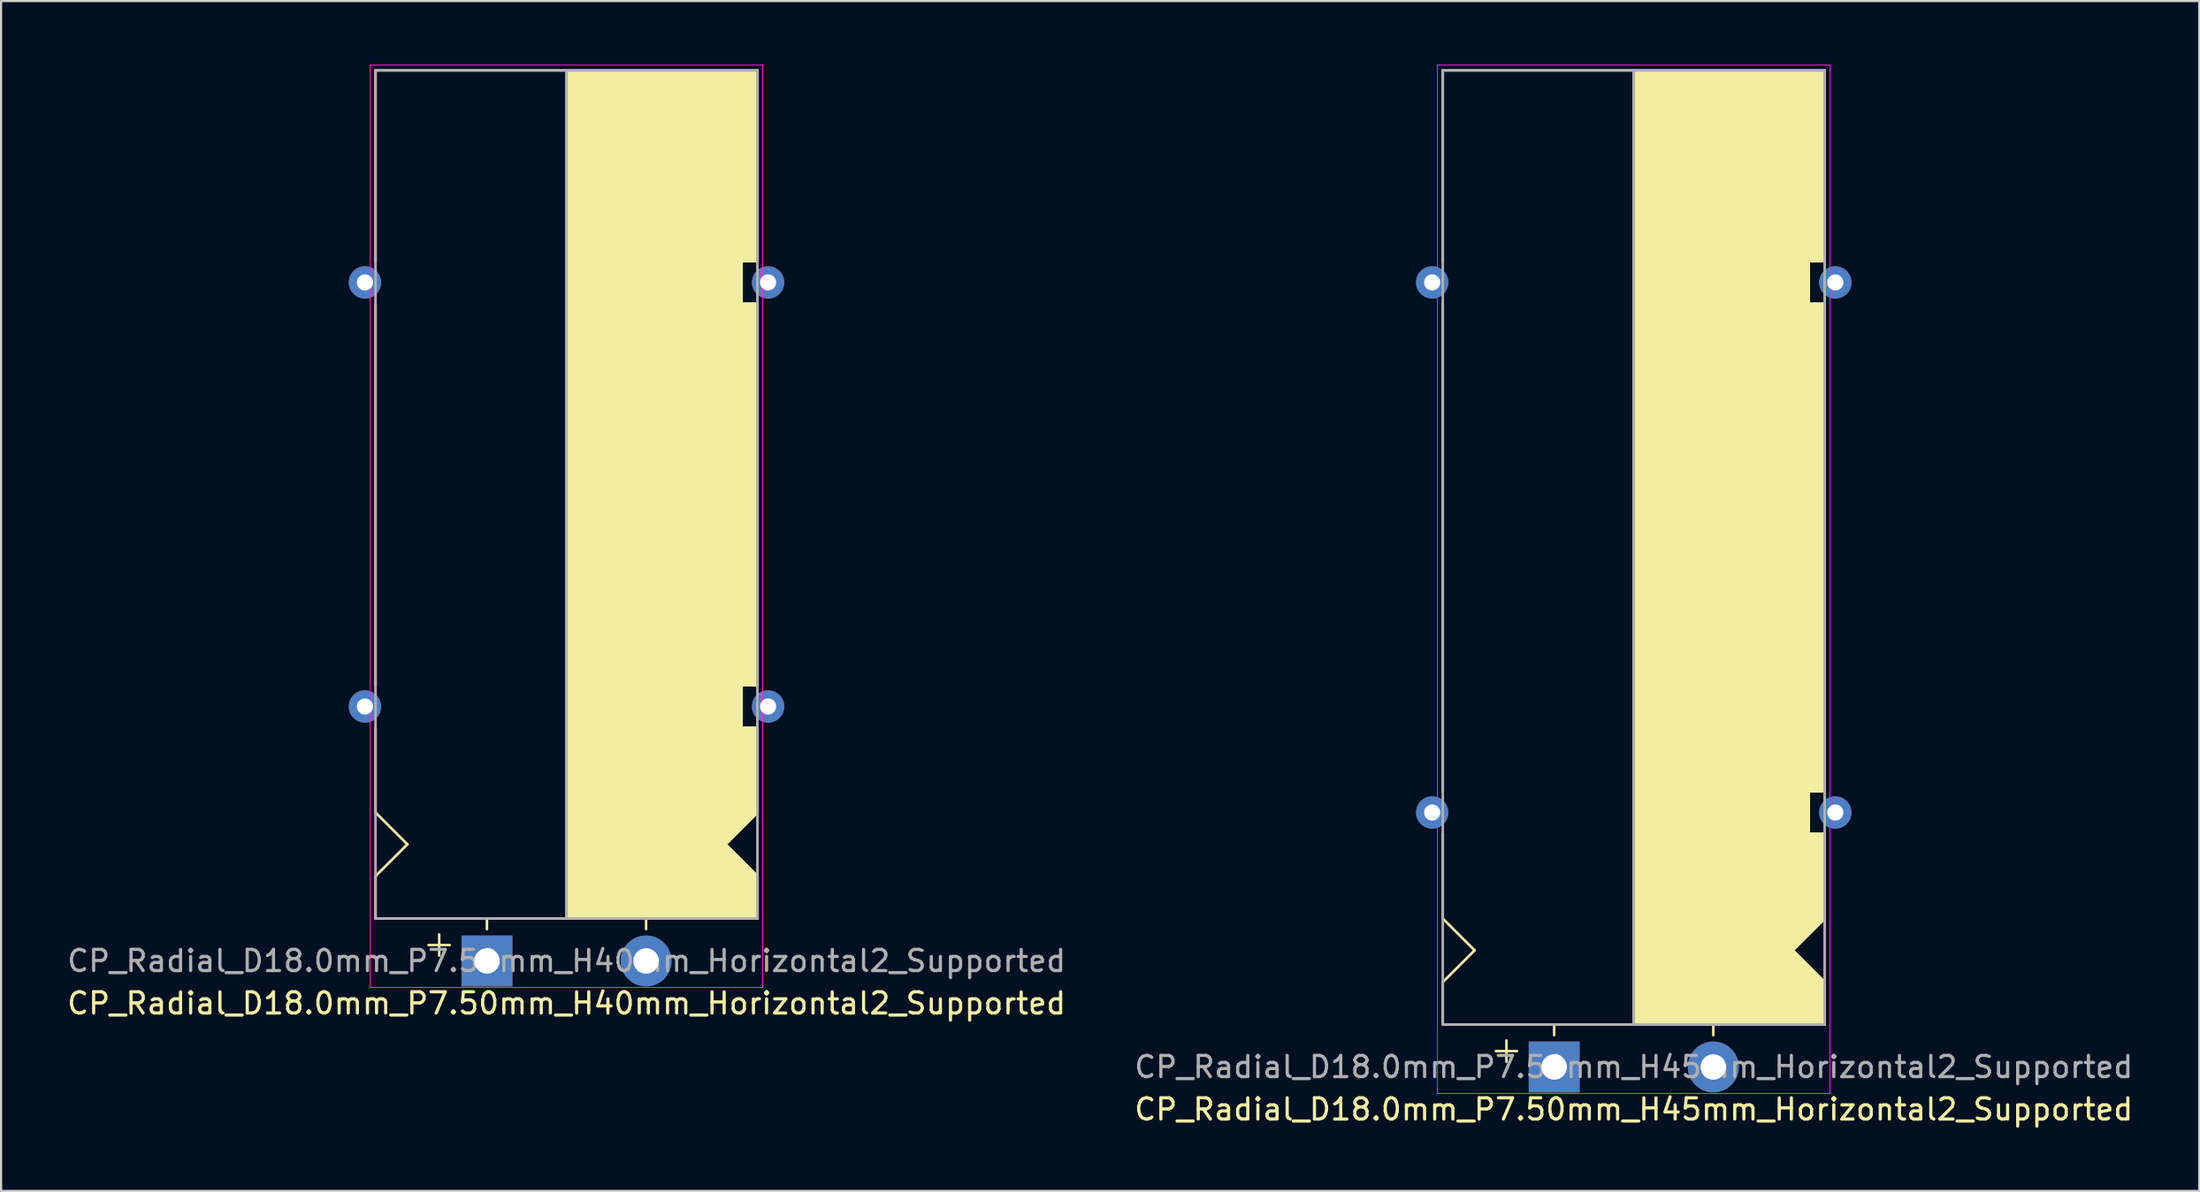
<source format=kicad_pcb>
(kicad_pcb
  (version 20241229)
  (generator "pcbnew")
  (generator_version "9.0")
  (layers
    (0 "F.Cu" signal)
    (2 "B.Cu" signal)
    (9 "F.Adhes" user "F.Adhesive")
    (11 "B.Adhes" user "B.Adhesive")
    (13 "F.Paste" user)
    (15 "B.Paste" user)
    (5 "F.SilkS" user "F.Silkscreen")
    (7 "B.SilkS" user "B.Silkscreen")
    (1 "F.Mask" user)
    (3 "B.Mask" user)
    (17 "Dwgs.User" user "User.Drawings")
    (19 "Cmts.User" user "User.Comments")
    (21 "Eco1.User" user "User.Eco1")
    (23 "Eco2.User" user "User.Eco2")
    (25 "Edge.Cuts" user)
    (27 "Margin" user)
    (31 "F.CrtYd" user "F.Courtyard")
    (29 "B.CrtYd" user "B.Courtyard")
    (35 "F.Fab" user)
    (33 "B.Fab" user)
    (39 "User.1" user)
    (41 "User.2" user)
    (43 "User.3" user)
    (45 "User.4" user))
  (footprint "CP_Radial_D18.0mm_P7.50mm_H45mm_Horizontal2_Supported"
    (layer "F.Cu")
    (at 70.196 47.27)
    (property "Reference" "CP_Radial_D18.0mm_P7.50mm_H45mm_Horizontal2_Supported" (at 3.75 2 0) (layer "F.SilkS") (effects (font (size 1 1) (thickness 0.15))))
    (attr through_hole)
    (fp_line (start -5.25 -47) (end 12.75 -47) (stroke (width 0.12) (type solid)) (layer "F.SilkS"))
    (fp_line (start -5.25 -38) (end -5.25 -47) (stroke (width 0.12) (type solid)) (layer "F.SilkS"))
    (fp_line (start -5.25 -13) (end -5.25 -36) (stroke (width 0.12) (type solid)) (layer "F.SilkS"))
    (fp_line (start -5.25 -11) (end -5.25 -7) (stroke (width 0.12) (type solid)) (layer "F.SilkS"))
    (fp_line (start -5.25 -7) (end -3.75 -5.5) (stroke (width 0.12) (type solid)) (layer "F.SilkS"))
    (fp_line (start -5.25 -4) (end -3.75 -5.5) (stroke (width 0.12) (type solid)) (layer "F.SilkS"))
    (fp_line (start -5.25 -2) (end -5.25 -4) (stroke (width 0.12) (type solid)) (layer "F.SilkS"))
    (fp_line (start -5.25 -2) (end 12.75 -2) (stroke (width 0.12) (type solid)) (layer "F.SilkS"))
    (fp_line (start -2.25 -1.25) (end -2.25 -0.25) (stroke (width 0.12) (type solid)) (layer "F.SilkS"))
    (fp_line (start -1.75 -0.75) (end -2.75 -0.75) (stroke (width 0.12) (type solid)) (layer "F.SilkS"))
    (fp_line (start 0 -1.5) (end 0 -2) (stroke (width 0.12) (type solid)) (layer "F.SilkS"))
    (fp_line (start 3.75 -2) (end 3.75 -47) (stroke (width 0.12) (type solid)) (layer "F.SilkS"))
    (fp_line (start 7.5 -1.5) (end 7.5 -2) (stroke (width 0.12) (type solid)) (layer "F.SilkS"))
    (fp_line (start 12 -38) (end 12.75 -38) (stroke (width 0.12) (type solid)) (layer "F.SilkS"))
    (fp_line (start 12 -36) (end 12 -38) (stroke (width 0.12) (type solid)) (layer "F.SilkS"))
    (fp_line (start 12 -13) (end 12.75 -13) (stroke (width 0.12) (type solid)) (layer "F.SilkS"))
    (fp_line (start 12 -11) (end 12 -13) (stroke (width 0.12) (type solid)) (layer "F.SilkS"))
    (fp_line (start 12.25 -11) (end 12 -11) (stroke (width 0.12) (type solid)) (layer "F.SilkS"))
    (fp_line (start 12.75 -38) (end 12.75 -47) (stroke (width 0.12) (type solid)) (layer "F.SilkS"))
    (fp_line (start 12.75 -36) (end 12 -36) (stroke (width 0.12) (type solid)) (layer "F.SilkS"))
    (fp_line (start 12.75 -13) (end 12.75 -36) (stroke (width 0.12) (type solid)) (layer "F.SilkS"))
    (fp_line (start 12.75 -11) (end 12.25 -11) (stroke (width 0.12) (type solid)) (layer "F.SilkS"))
    (fp_line (start 12.75 -11) (end 12.75 -7) (stroke (width 0.12) (type solid)) (layer "F.SilkS"))
    (fp_line (start 12.75 -7) (end 11.25 -5.5) (stroke (width 0.12) (type solid)) (layer "F.SilkS"))
    (fp_line (start 12.75 -4) (end 11.25 -5.5) (stroke (width 0.12) (type solid)) (layer "F.SilkS"))
    (fp_line (start 12.75 -2) (end 12.75 -4) (stroke (width 0.12) (type solid)) (layer "F.SilkS"))
    (fp_poly (pts (xy 12.75 -4) (xy 11.25 -5.5) (xy 12.75 -7) (xy 12.75 -11) (xy 12 -11) (xy 12 -13) (xy 12.75 -13) (xy 12.75 -36) (xy 12 -36) (xy 12 -38) (xy 12.75 -38) (xy 12.75 -47) (xy 3.75 -47) (xy 3.75 -2) (xy 12.75 -2)) (stroke (width 0.1) (type solid)) (fill yes) (layer "F.SilkS"))
    (fp_line (start -5.5 -47.25) (end 13 -47.25) (stroke (width 0.04) (type solid)) (layer "F.CrtYd"))
    (fp_line (start -5.5 1.25) (end -5.5 -47.25) (stroke (width 0.04) (type solid)) (layer "F.CrtYd"))
    (fp_line (start 13 -47.25) (end 13 1.25) (stroke (width 0.04) (type solid)) (layer "F.CrtYd"))
    (fp_line (start 13 1.25) (end -5.5 1.25) (stroke (width 0.04) (type solid)) (layer "F.CrtYd"))
    (fp_line (start -5.25 -47) (end 12.75 -47) (stroke (width 0.12) (type solid)) (layer "F.Fab"))
    (fp_line (start -5.25 -2) (end -5.25 -47) (stroke (width 0.12) (type solid)) (layer "F.Fab"))
    (fp_line (start 3.75 -2) (end 3.75 -47) (stroke (width 0.12) (type solid)) (layer "F.Fab"))
    (fp_line (start 12.75 -47) (end 12.75 -2) (stroke (width 0.12) (type solid)) (layer "F.Fab"))
    (fp_line (start 12.75 -2) (end -5.25 -2) (stroke (width 0.12) (type solid)) (layer "F.Fab"))
    (fp_poly (pts (xy 12.75 -47) (xy 3.75 -47) (xy 3.75 -2) (xy 12.75 -2)) (stroke (width 0.1) (type solid)) (fill no) (layer "F.Fab"))
    (fp_text user "${REFERENCE}" (at 3.75 0 0) (layer "F.Fab") (effects (font (size 1 1) (thickness 0.15))))
    (pad "" thru_hole circle (at -5.75 -37 180) (size 1.524 1.524) (drill 0.762) (layers "*.Cu" "*.Mask"))
    (pad "" thru_hole circle (at -5.75 -12 180) (size 1.524 1.524) (drill 0.762) (layers "*.Cu" "*.Mask"))
    (pad "" thru_hole circle (at 13.25 -37 180) (size 1.524 1.524) (drill 0.762) (layers "*.Cu" "*.Mask"))
    (pad "" thru_hole circle (at 13.25 -12 180) (size 1.524 1.524) (drill 0.762) (layers "*.Cu" "*.Mask"))
    (pad "1" thru_hole rect (at 0 0) (size 2.4 2.4) (drill 1.2) (layers "*.Cu" "*.Mask"))
    (pad "2" thru_hole circle (at 7.5 0) (size 2.4 2.4) (drill 1.2) (layers "*.Cu" "*.Mask")))
  (footprint "CP_Radial_D18.0mm_P7.50mm_H40mm_Horizontal2_Supported"
    (layer "F.Cu")
    (at 19.899 42.27)
    (property "Reference" "CP_Radial_D18.0mm_P7.50mm_H40mm_Horizontal2_Supported" (at 3.75 2 0) (layer "F.SilkS") (effects (font (size 1 1) (thickness 0.15))))
    (attr through_hole)
    (fp_line (start -5.25 -42) (end 12.75 -42) (stroke (width 0.12) (type solid)) (layer "F.SilkS"))
    (fp_line (start -5.25 -33) (end -5.25 -42) (stroke (width 0.12) (type solid)) (layer "F.SilkS"))
    (fp_line (start -5.25 -13) (end -5.25 -31) (stroke (width 0.12) (type solid)) (layer "F.SilkS"))
    (fp_line (start -5.25 -11) (end -5.25 -7) (stroke (width 0.12) (type solid)) (layer "F.SilkS"))
    (fp_line (start -5.25 -7) (end -3.75 -5.5) (stroke (width 0.12) (type solid)) (layer "F.SilkS"))
    (fp_line (start -5.25 -4) (end -3.75 -5.5) (stroke (width 0.12) (type solid)) (layer "F.SilkS"))
    (fp_line (start -5.25 -2) (end -5.25 -4) (stroke (width 0.12) (type solid)) (layer "F.SilkS"))
    (fp_line (start -5.25 -2) (end 12.75 -2) (stroke (width 0.12) (type solid)) (layer "F.SilkS"))
    (fp_line (start -2.25 -1.25) (end -2.25 -0.25) (stroke (width 0.12) (type solid)) (layer "F.SilkS"))
    (fp_line (start -1.75 -0.75) (end -2.75 -0.75) (stroke (width 0.12) (type solid)) (layer "F.SilkS"))
    (fp_line (start 0 -1.5) (end 0 -2) (stroke (width 0.12) (type solid)) (layer "F.SilkS"))
    (fp_line (start 3.75 -2) (end 3.75 -42) (stroke (width 0.12) (type solid)) (layer "F.SilkS"))
    (fp_line (start 7.5 -1.5) (end 7.5 -2) (stroke (width 0.12) (type solid)) (layer "F.SilkS"))
    (fp_line (start 12 -33) (end 12.75 -33) (stroke (width 0.12) (type solid)) (layer "F.SilkS"))
    (fp_line (start 12 -31) (end 12 -33) (stroke (width 0.12) (type solid)) (layer "F.SilkS"))
    (fp_line (start 12 -13) (end 12.75 -13) (stroke (width 0.12) (type solid)) (layer "F.SilkS"))
    (fp_line (start 12 -11) (end 12 -13) (stroke (width 0.12) (type solid)) (layer "F.SilkS"))
    (fp_line (start 12.25 -11) (end 12 -11) (stroke (width 0.12) (type solid)) (layer "F.SilkS"))
    (fp_line (start 12.75 -33) (end 12.75 -42) (stroke (width 0.12) (type solid)) (layer "F.SilkS"))
    (fp_line (start 12.75 -31) (end 12 -31) (stroke (width 0.12) (type solid)) (layer "F.SilkS"))
    (fp_line (start 12.75 -13) (end 12.75 -31) (stroke (width 0.12) (type solid)) (layer "F.SilkS"))
    (fp_line (start 12.75 -11) (end 12.25 -11) (stroke (width 0.12) (type solid)) (layer "F.SilkS"))
    (fp_line (start 12.75 -11) (end 12.75 -7) (stroke (width 0.12) (type solid)) (layer "F.SilkS"))
    (fp_line (start 12.75 -7) (end 11.25 -5.5) (stroke (width 0.12) (type solid)) (layer "F.SilkS"))
    (fp_line (start 12.75 -4) (end 11.25 -5.5) (stroke (width 0.12) (type solid)) (layer "F.SilkS"))
    (fp_line (start 12.75 -2) (end 12.75 -4) (stroke (width 0.12) (type solid)) (layer "F.SilkS"))
    (fp_poly (pts (xy 12.75 -4) (xy 11.25 -5.5) (xy 12.75 -7) (xy 12.75 -11) (xy 12 -11) (xy 12 -13) (xy 12.75 -13) (xy 12.75 -31) (xy 12 -31) (xy 12 -33) (xy 12.75 -33) (xy 12.75 -42) (xy 3.75 -42) (xy 3.75 -2) (xy 12.75 -2)) (stroke (width 0.1) (type solid)) (fill yes) (layer "F.SilkS"))
    (fp_line (start -5.5 -42.25) (end 13 -42.25) (stroke (width 0.04) (type solid)) (layer "F.CrtYd"))
    (fp_line (start -5.5 1.25) (end -5.5 -42.25) (stroke (width 0.04) (type solid)) (layer "F.CrtYd"))
    (fp_line (start 13 -42.25) (end 13 1.25) (stroke (width 0.04) (type solid)) (layer "F.CrtYd"))
    (fp_line (start 13 1.25) (end -5.5 1.25) (stroke (width 0.04) (type solid)) (layer "F.CrtYd"))
    (fp_line (start -5.25 -42) (end 12.75 -42) (stroke (width 0.12) (type solid)) (layer "F.Fab"))
    (fp_line (start -5.25 -2) (end -5.25 -42) (stroke (width 0.12) (type solid)) (layer "F.Fab"))
    (fp_line (start 3.75 -2) (end 3.75 -42) (stroke (width 0.12) (type solid)) (layer "F.Fab"))
    (fp_line (start 12.75 -42) (end 12.75 -2) (stroke (width 0.12) (type solid)) (layer "F.Fab"))
    (fp_line (start 12.75 -2) (end -5.25 -2) (stroke (width 0.12) (type solid)) (layer "F.Fab"))
    (fp_poly (pts (xy 12.75 -42) (xy 3.75 -42) (xy 3.75 -2) (xy 12.75 -2)) (stroke (width 0.1) (type solid)) (fill no) (layer "F.Fab"))
    (fp_text user "${REFERENCE}" (at 3.75 0 0) (layer "F.Fab") (effects (font (size 1 1) (thickness 0.15))))
    (pad "" thru_hole circle (at -5.75 -32 180) (size 1.524 1.524) (drill 0.762) (layers "*.Cu" "*.Mask"))
    (pad "" thru_hole circle (at -5.75 -12 180) (size 1.524 1.524) (drill 0.762) (layers "*.Cu" "*.Mask"))
    (pad "" thru_hole circle (at 13.25 -32 180) (size 1.524 1.524) (drill 0.762) (layers "*.Cu" "*.Mask"))
    (pad "" thru_hole circle (at 13.25 -12 180) (size 1.524 1.524) (drill 0.762) (layers "*.Cu" "*.Mask"))
    (pad "1" thru_hole rect (at 0 0) (size 2.4 2.4) (drill 1.2) (layers "*.Cu" "*.Mask"))
    (pad "2" thru_hole circle (at 7.5 0) (size 2.4 2.4) (drill 1.2) (layers "*.Cu" "*.Mask")))
  (gr_rect
    (start -3 -3)
    (end 100.595 53.118)
    (stroke (width 0.1) (type default))
    (fill no)
    (layer "Edge.Cuts")))
</source>
